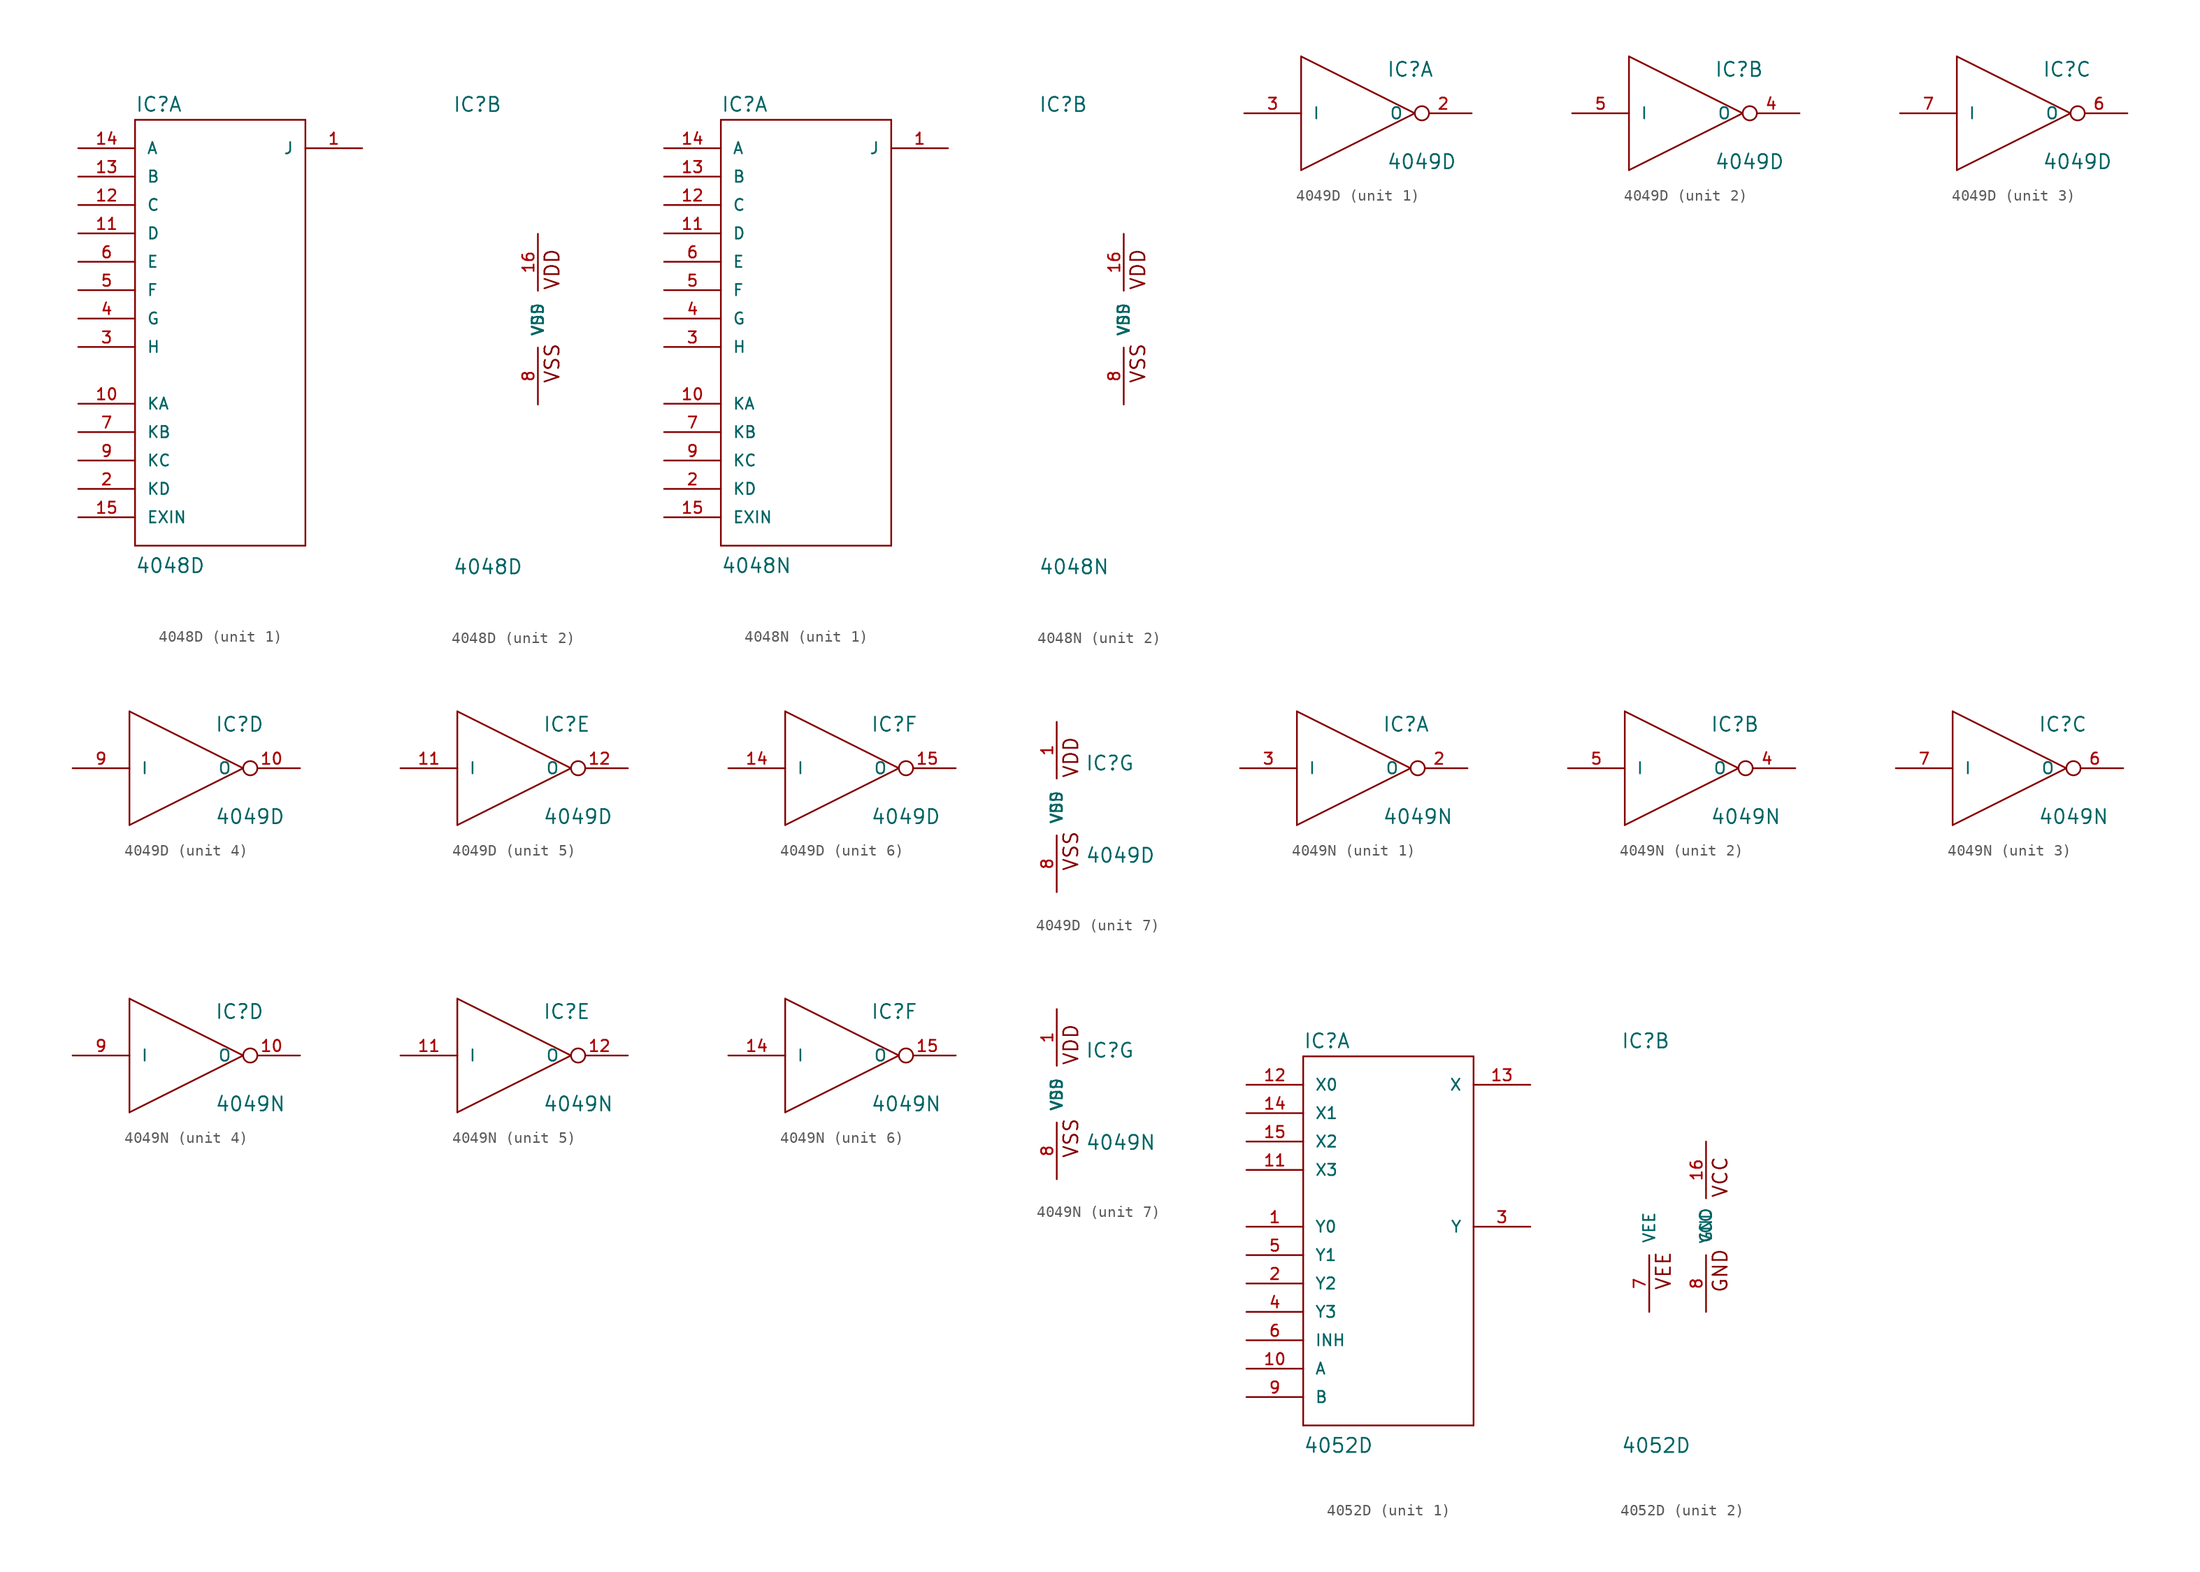
<source format=kicad_sym>
(kicad_symbol_lib
  (version 20211014)
  (generator kicad_symbol_editor)
  (symbol "4048D"
    (pin_names
      (offset 1.016))
    (property "Reference" "IC"
      (at -7.62 18.415 0)
      (effects (font (size 1.27 1.27)) (justify left bottom)))
    (property "Value" "4048D"
      (at -7.62 -22.86 0)
      (effects (font (size 1.27 1.27)) (justify left bottom)))
    (property "ki_locked" ""
      (at 0 0 0)
      (effects (font (size 1.27 1.27))))
    (symbol "4048D_1_0"
      (polyline (pts (xy -7.62 -20.32) (xy 7.62 -20.32)) (stroke (width 0) (type default) (color 0 0 0 0)) (fill (type none)))
      (polyline (pts (xy -7.62 17.78) (xy -7.62 -20.32)) (stroke (width 0) (type default) (color 0 0 0 0)) (fill (type none)))
      (polyline (pts (xy 7.62 -20.32) (xy 7.62 17.78)) (stroke (width 0) (type default) (color 0 0 0 0)) (fill (type none)))
      (polyline (pts (xy 7.62 17.78) (xy -7.62 17.78)) (stroke (width 0) (type default) (color 0 0 0 0)) (fill (type none))))
    (symbol "4048D_1_1"
      (pin output line (at 12.7 15.24 180) (length 5.08) (name "J" (effects (font (size 1.016 1.016)))) (number "1" (effects (font (size 1.016 1.016)))))
      (pin input line (at -12.7 -7.62 0) (length 5.08) (name "KA" (effects (font (size 1.016 1.016)))) (number "10" (effects (font (size 1.016 1.016)))))
      (pin input line (at -12.7 7.62 0) (length 5.08) (name "D" (effects (font (size 1.016 1.016)))) (number "11" (effects (font (size 1.016 1.016)))))
      (pin input line (at -12.7 10.16 0) (length 5.08) (name "C" (effects (font (size 1.016 1.016)))) (number "12" (effects (font (size 1.016 1.016)))))
      (pin input line (at -12.7 12.7 0) (length 5.08) (name "B" (effects (font (size 1.016 1.016)))) (number "13" (effects (font (size 1.016 1.016)))))
      (pin input line (at -12.7 15.24 0) (length 5.08) (name "A" (effects (font (size 1.016 1.016)))) (number "14" (effects (font (size 1.016 1.016)))))
      (pin input line (at -12.7 -17.78 0) (length 5.08) (name "EXIN" (effects (font (size 1.016 1.016)))) (number "15" (effects (font (size 1.016 1.016)))))
      (pin input line (at -12.7 -15.24 0) (length 5.08) (name "KD" (effects (font (size 1.016 1.016)))) (number "2" (effects (font (size 1.016 1.016)))))
      (pin input line (at -12.7 -2.54 0) (length 5.08) (name "H" (effects (font (size 1.016 1.016)))) (number "3" (effects (font (size 1.016 1.016)))))
      (pin input line (at -12.7 0 0) (length 5.08) (name "G" (effects (font (size 1.016 1.016)))) (number "4" (effects (font (size 1.016 1.016)))))
      (pin input line (at -12.7 2.54 0) (length 5.08) (name "F" (effects (font (size 1.016 1.016)))) (number "5" (effects (font (size 1.016 1.016)))))
      (pin input line (at -12.7 5.08 0) (length 5.08) (name "E" (effects (font (size 1.016 1.016)))) (number "6" (effects (font (size 1.016 1.016)))))
      (pin input line (at -12.7 -10.16 0) (length 5.08) (name "KB" (effects (font (size 1.016 1.016)))) (number "7" (effects (font (size 1.016 1.016)))))
      (pin input line (at -12.7 -12.7 0) (length 5.08) (name "KC" (effects (font (size 1.016 1.016)))) (number "9" (effects (font (size 1.016 1.016))))))
    (symbol "4048D_2_0"
      (text "VDD" (at 1.27 4.445 1) (effects (font (size 1.27 1.27))))
      (text "VSS" (at 1.27 -3.937 1) (effects (font (size 1.27 1.27)))))
    (symbol "4048D_2_1"
      (pin power_in line (at 0 7.62 270) (length 5.08) (name "VDD" (effects (font (size 1.016 1.016)))) (number "16" (effects (font (size 1.016 1.016)))))
      (pin power_in line (at 0 -7.62 90) (length 5.08) (name "VSS" (effects (font (size 1.016 1.016)))) (number "8" (effects (font (size 1.016 1.016)))))))
  (symbol "4048N"
    (pin_names
      (offset 1.016))
    (property "Reference" "IC"
      (at -7.62 18.415 0)
      (effects (font (size 1.27 1.27)) (justify left bottom)))
    (property "Value" "4048N"
      (at -7.62 -22.86 0)
      (effects (font (size 1.27 1.27)) (justify left bottom)))
    (property "ki_locked" ""
      (at 0 0 0)
      (effects (font (size 1.27 1.27))))
    (symbol "4048N_1_0"
      (polyline (pts (xy -7.62 -20.32) (xy 7.62 -20.32)) (stroke (width 0) (type default) (color 0 0 0 0)) (fill (type none)))
      (polyline (pts (xy -7.62 17.78) (xy -7.62 -20.32)) (stroke (width 0) (type default) (color 0 0 0 0)) (fill (type none)))
      (polyline (pts (xy 7.62 -20.32) (xy 7.62 17.78)) (stroke (width 0) (type default) (color 0 0 0 0)) (fill (type none)))
      (polyline (pts (xy 7.62 17.78) (xy -7.62 17.78)) (stroke (width 0) (type default) (color 0 0 0 0)) (fill (type none))))
    (symbol "4048N_1_1"
      (pin output line (at 12.7 15.24 180) (length 5.08) (name "J" (effects (font (size 1.016 1.016)))) (number "1" (effects (font (size 1.016 1.016)))))
      (pin input line (at -12.7 -7.62 0) (length 5.08) (name "KA" (effects (font (size 1.016 1.016)))) (number "10" (effects (font (size 1.016 1.016)))))
      (pin input line (at -12.7 7.62 0) (length 5.08) (name "D" (effects (font (size 1.016 1.016)))) (number "11" (effects (font (size 1.016 1.016)))))
      (pin input line (at -12.7 10.16 0) (length 5.08) (name "C" (effects (font (size 1.016 1.016)))) (number "12" (effects (font (size 1.016 1.016)))))
      (pin input line (at -12.7 12.7 0) (length 5.08) (name "B" (effects (font (size 1.016 1.016)))) (number "13" (effects (font (size 1.016 1.016)))))
      (pin input line (at -12.7 15.24 0) (length 5.08) (name "A" (effects (font (size 1.016 1.016)))) (number "14" (effects (font (size 1.016 1.016)))))
      (pin input line (at -12.7 -17.78 0) (length 5.08) (name "EXIN" (effects (font (size 1.016 1.016)))) (number "15" (effects (font (size 1.016 1.016)))))
      (pin input line (at -12.7 -15.24 0) (length 5.08) (name "KD" (effects (font (size 1.016 1.016)))) (number "2" (effects (font (size 1.016 1.016)))))
      (pin input line (at -12.7 -2.54 0) (length 5.08) (name "H" (effects (font (size 1.016 1.016)))) (number "3" (effects (font (size 1.016 1.016)))))
      (pin input line (at -12.7 0 0) (length 5.08) (name "G" (effects (font (size 1.016 1.016)))) (number "4" (effects (font (size 1.016 1.016)))))
      (pin input line (at -12.7 2.54 0) (length 5.08) (name "F" (effects (font (size 1.016 1.016)))) (number "5" (effects (font (size 1.016 1.016)))))
      (pin input line (at -12.7 5.08 0) (length 5.08) (name "E" (effects (font (size 1.016 1.016)))) (number "6" (effects (font (size 1.016 1.016)))))
      (pin input line (at -12.7 -10.16 0) (length 5.08) (name "KB" (effects (font (size 1.016 1.016)))) (number "7" (effects (font (size 1.016 1.016)))))
      (pin input line (at -12.7 -12.7 0) (length 5.08) (name "KC" (effects (font (size 1.016 1.016)))) (number "9" (effects (font (size 1.016 1.016))))))
    (symbol "4048N_2_0"
      (text "VDD" (at 1.27 4.445 1) (effects (font (size 1.27 1.27))))
      (text "VSS" (at 1.27 -3.937 1) (effects (font (size 1.27 1.27)))))
    (symbol "4048N_2_1"
      (pin power_in line (at 0 7.62 270) (length 5.08) (name "VDD" (effects (font (size 1.016 1.016)))) (number "16" (effects (font (size 1.016 1.016)))))
      (pin power_in line (at 0 -7.62 90) (length 5.08) (name "VSS" (effects (font (size 1.016 1.016)))) (number "8" (effects (font (size 1.016 1.016)))))))
  (symbol "4049D"
    (pin_names
      (offset 1.016))
    (property "Reference" "IC"
      (at 2.54 3.175 0)
      (effects (font (size 1.27 1.27)) (justify left bottom)))
    (property "Value" "4049D"
      (at 2.54 -5.08 0)
      (effects (font (size 1.27 1.27)) (justify left bottom)))
    (property "ki_locked" ""
      (at 0 0 0)
      (effects (font (size 1.27 1.27))))
    (symbol "4049D_1_0"
      (polyline (pts (xy -5.08 -5.08) (xy 5.08 0)) (stroke (width 0) (type default) (color 0 0 0 0)) (fill (type none)))
      (polyline (pts (xy -5.08 5.08) (xy -5.08 -5.08)) (stroke (width 0) (type default) (color 0 0 0 0)) (fill (type none)))
      (polyline (pts (xy 5.08 0) (xy -5.08 5.08)) (stroke (width 0) (type default) (color 0 0 0 0)) (fill (type none))))
    (symbol "4049D_1_1"
      (pin output inverted (at 10.16 0 180) (length 5.08) (name "O" (effects (font (size 1.016 1.016)))) (number "2" (effects (font (size 1.016 1.016)))))
      (pin input line (at -10.16 0 0) (length 5.08) (name "I" (effects (font (size 1.016 1.016)))) (number "3" (effects (font (size 1.016 1.016))))))
    (symbol "4049D_2_0"
      (polyline (pts (xy -5.08 -5.08) (xy 5.08 0)) (stroke (width 0) (type default) (color 0 0 0 0)) (fill (type none)))
      (polyline (pts (xy -5.08 5.08) (xy -5.08 -5.08)) (stroke (width 0) (type default) (color 0 0 0 0)) (fill (type none)))
      (polyline (pts (xy 5.08 0) (xy -5.08 5.08)) (stroke (width 0) (type default) (color 0 0 0 0)) (fill (type none))))
    (symbol "4049D_2_1"
      (pin output inverted (at 10.16 0 180) (length 5.08) (name "O" (effects (font (size 1.016 1.016)))) (number "4" (effects (font (size 1.016 1.016)))))
      (pin input line (at -10.16 0 0) (length 5.08) (name "I" (effects (font (size 1.016 1.016)))) (number "5" (effects (font (size 1.016 1.016))))))
    (symbol "4049D_3_0"
      (polyline (pts (xy -5.08 -5.08) (xy 5.08 0)) (stroke (width 0) (type default) (color 0 0 0 0)) (fill (type none)))
      (polyline (pts (xy -5.08 5.08) (xy -5.08 -5.08)) (stroke (width 0) (type default) (color 0 0 0 0)) (fill (type none)))
      (polyline (pts (xy 5.08 0) (xy -5.08 5.08)) (stroke (width 0) (type default) (color 0 0 0 0)) (fill (type none))))
    (symbol "4049D_3_1"
      (pin output inverted (at 10.16 0 180) (length 5.08) (name "O" (effects (font (size 1.016 1.016)))) (number "6" (effects (font (size 1.016 1.016)))))
      (pin input line (at -10.16 0 0) (length 5.08) (name "I" (effects (font (size 1.016 1.016)))) (number "7" (effects (font (size 1.016 1.016))))))
    (symbol "4049D_4_0"
      (polyline (pts (xy -5.08 -5.08) (xy 5.08 0)) (stroke (width 0) (type default) (color 0 0 0 0)) (fill (type none)))
      (polyline (pts (xy -5.08 5.08) (xy -5.08 -5.08)) (stroke (width 0) (type default) (color 0 0 0 0)) (fill (type none)))
      (polyline (pts (xy 5.08 0) (xy -5.08 5.08)) (stroke (width 0) (type default) (color 0 0 0 0)) (fill (type none))))
    (symbol "4049D_4_1"
      (pin output inverted (at 10.16 0 180) (length 5.08) (name "O" (effects (font (size 1.016 1.016)))) (number "10" (effects (font (size 1.016 1.016)))))
      (pin input line (at -10.16 0 0) (length 5.08) (name "I" (effects (font (size 1.016 1.016)))) (number "9" (effects (font (size 1.016 1.016))))))
    (symbol "4049D_5_0"
      (polyline (pts (xy -5.08 -5.08) (xy 5.08 0)) (stroke (width 0) (type default) (color 0 0 0 0)) (fill (type none)))
      (polyline (pts (xy -5.08 5.08) (xy -5.08 -5.08)) (stroke (width 0) (type default) (color 0 0 0 0)) (fill (type none)))
      (polyline (pts (xy 5.08 0) (xy -5.08 5.08)) (stroke (width 0) (type default) (color 0 0 0 0)) (fill (type none))))
    (symbol "4049D_5_1"
      (pin input line (at -10.16 0 0) (length 5.08) (name "I" (effects (font (size 1.016 1.016)))) (number "11" (effects (font (size 1.016 1.016)))))
      (pin output inverted (at 10.16 0 180) (length 5.08) (name "O" (effects (font (size 1.016 1.016)))) (number "12" (effects (font (size 1.016 1.016))))))
    (symbol "4049D_6_0"
      (polyline (pts (xy -5.08 -5.08) (xy 5.08 0)) (stroke (width 0) (type default) (color 0 0 0 0)) (fill (type none)))
      (polyline (pts (xy -5.08 5.08) (xy -5.08 -5.08)) (stroke (width 0) (type default) (color 0 0 0 0)) (fill (type none)))
      (polyline (pts (xy 5.08 0) (xy -5.08 5.08)) (stroke (width 0) (type default) (color 0 0 0 0)) (fill (type none))))
    (symbol "4049D_6_1"
      (pin input line (at -10.16 0 0) (length 5.08) (name "I" (effects (font (size 1.016 1.016)))) (number "14" (effects (font (size 1.016 1.016)))))
      (pin output inverted (at 10.16 0 180) (length 5.08) (name "O" (effects (font (size 1.016 1.016)))) (number "15" (effects (font (size 1.016 1.016))))))
    (symbol "4049D_7_0"
      (text "VDD" (at 1.27 4.445 1) (effects (font (size 1.27 1.27))))
      (text "VSS" (at 1.27 -3.937 1) (effects (font (size 1.27 1.27)))))
    (symbol "4049D_7_1"
      (pin power_in line (at 0 7.62 270) (length 5.08) (name "VDD" (effects (font (size 1.016 1.016)))) (number "1" (effects (font (size 1.016 1.016)))))
      (pin power_in line (at 0 -7.62 90) (length 5.08) (name "VSS" (effects (font (size 1.016 1.016)))) (number "8" (effects (font (size 1.016 1.016)))))))
  (symbol "4049N"
    (pin_names
      (offset 1.016))
    (property "Reference" "IC"
      (at 2.54 3.175 0)
      (effects (font (size 1.27 1.27)) (justify left bottom)))
    (property "Value" "4049N"
      (at 2.54 -5.08 0)
      (effects (font (size 1.27 1.27)) (justify left bottom)))
    (property "ki_locked" ""
      (at 0 0 0)
      (effects (font (size 1.27 1.27))))
    (symbol "4049N_1_0"
      (polyline (pts (xy -5.08 -5.08) (xy 5.08 0)) (stroke (width 0) (type default) (color 0 0 0 0)) (fill (type none)))
      (polyline (pts (xy -5.08 5.08) (xy -5.08 -5.08)) (stroke (width 0) (type default) (color 0 0 0 0)) (fill (type none)))
      (polyline (pts (xy 5.08 0) (xy -5.08 5.08)) (stroke (width 0) (type default) (color 0 0 0 0)) (fill (type none))))
    (symbol "4049N_1_1"
      (pin output inverted (at 10.16 0 180) (length 5.08) (name "O" (effects (font (size 1.016 1.016)))) (number "2" (effects (font (size 1.016 1.016)))))
      (pin input line (at -10.16 0 0) (length 5.08) (name "I" (effects (font (size 1.016 1.016)))) (number "3" (effects (font (size 1.016 1.016))))))
    (symbol "4049N_2_0"
      (polyline (pts (xy -5.08 -5.08) (xy 5.08 0)) (stroke (width 0) (type default) (color 0 0 0 0)) (fill (type none)))
      (polyline (pts (xy -5.08 5.08) (xy -5.08 -5.08)) (stroke (width 0) (type default) (color 0 0 0 0)) (fill (type none)))
      (polyline (pts (xy 5.08 0) (xy -5.08 5.08)) (stroke (width 0) (type default) (color 0 0 0 0)) (fill (type none))))
    (symbol "4049N_2_1"
      (pin output inverted (at 10.16 0 180) (length 5.08) (name "O" (effects (font (size 1.016 1.016)))) (number "4" (effects (font (size 1.016 1.016)))))
      (pin input line (at -10.16 0 0) (length 5.08) (name "I" (effects (font (size 1.016 1.016)))) (number "5" (effects (font (size 1.016 1.016))))))
    (symbol "4049N_3_0"
      (polyline (pts (xy -5.08 -5.08) (xy 5.08 0)) (stroke (width 0) (type default) (color 0 0 0 0)) (fill (type none)))
      (polyline (pts (xy -5.08 5.08) (xy -5.08 -5.08)) (stroke (width 0) (type default) (color 0 0 0 0)) (fill (type none)))
      (polyline (pts (xy 5.08 0) (xy -5.08 5.08)) (stroke (width 0) (type default) (color 0 0 0 0)) (fill (type none))))
    (symbol "4049N_3_1"
      (pin output inverted (at 10.16 0 180) (length 5.08) (name "O" (effects (font (size 1.016 1.016)))) (number "6" (effects (font (size 1.016 1.016)))))
      (pin input line (at -10.16 0 0) (length 5.08) (name "I" (effects (font (size 1.016 1.016)))) (number "7" (effects (font (size 1.016 1.016))))))
    (symbol "4049N_4_0"
      (polyline (pts (xy -5.08 -5.08) (xy 5.08 0)) (stroke (width 0) (type default) (color 0 0 0 0)) (fill (type none)))
      (polyline (pts (xy -5.08 5.08) (xy -5.08 -5.08)) (stroke (width 0) (type default) (color 0 0 0 0)) (fill (type none)))
      (polyline (pts (xy 5.08 0) (xy -5.08 5.08)) (stroke (width 0) (type default) (color 0 0 0 0)) (fill (type none))))
    (symbol "4049N_4_1"
      (pin output inverted (at 10.16 0 180) (length 5.08) (name "O" (effects (font (size 1.016 1.016)))) (number "10" (effects (font (size 1.016 1.016)))))
      (pin input line (at -10.16 0 0) (length 5.08) (name "I" (effects (font (size 1.016 1.016)))) (number "9" (effects (font (size 1.016 1.016))))))
    (symbol "4049N_5_0"
      (polyline (pts (xy -5.08 -5.08) (xy 5.08 0)) (stroke (width 0) (type default) (color 0 0 0 0)) (fill (type none)))
      (polyline (pts (xy -5.08 5.08) (xy -5.08 -5.08)) (stroke (width 0) (type default) (color 0 0 0 0)) (fill (type none)))
      (polyline (pts (xy 5.08 0) (xy -5.08 5.08)) (stroke (width 0) (type default) (color 0 0 0 0)) (fill (type none))))
    (symbol "4049N_5_1"
      (pin input line (at -10.16 0 0) (length 5.08) (name "I" (effects (font (size 1.016 1.016)))) (number "11" (effects (font (size 1.016 1.016)))))
      (pin output inverted (at 10.16 0 180) (length 5.08) (name "O" (effects (font (size 1.016 1.016)))) (number "12" (effects (font (size 1.016 1.016))))))
    (symbol "4049N_6_0"
      (polyline (pts (xy -5.08 -5.08) (xy 5.08 0)) (stroke (width 0) (type default) (color 0 0 0 0)) (fill (type none)))
      (polyline (pts (xy -5.08 5.08) (xy -5.08 -5.08)) (stroke (width 0) (type default) (color 0 0 0 0)) (fill (type none)))
      (polyline (pts (xy 5.08 0) (xy -5.08 5.08)) (stroke (width 0) (type default) (color 0 0 0 0)) (fill (type none))))
    (symbol "4049N_6_1"
      (pin input line (at -10.16 0 0) (length 5.08) (name "I" (effects (font (size 1.016 1.016)))) (number "14" (effects (font (size 1.016 1.016)))))
      (pin output inverted (at 10.16 0 180) (length 5.08) (name "O" (effects (font (size 1.016 1.016)))) (number "15" (effects (font (size 1.016 1.016))))))
    (symbol "4049N_7_0"
      (text "VDD" (at 1.27 4.445 1) (effects (font (size 1.27 1.27))))
      (text "VSS" (at 1.27 -3.937 1) (effects (font (size 1.27 1.27)))))
    (symbol "4049N_7_1"
      (pin power_in line (at 0 7.62 270) (length 5.08) (name "VDD" (effects (font (size 1.016 1.016)))) (number "1" (effects (font (size 1.016 1.016)))))
      (pin power_in line (at 0 -7.62 90) (length 5.08) (name "VSS" (effects (font (size 1.016 1.016)))) (number "8" (effects (font (size 1.016 1.016)))))))
  (symbol "4052D"
    (pin_names
      (offset 1.016))
    (property "Reference" "IC"
      (at -7.62 15.875 0)
      (effects (font (size 1.27 1.27)) (justify left bottom)))
    (property "Value" "4052D"
      (at -7.62 -20.32 0)
      (effects (font (size 1.27 1.27)) (justify left bottom)))
    (property "ki_locked" ""
      (at 0 0 0)
      (effects (font (size 1.27 1.27))))
    (symbol "4052D_1_0"
      (polyline (pts (xy -7.62 -17.78) (xy 7.62 -17.78)) (stroke (width 0) (type default) (color 0 0 0 0)) (fill (type none)))
      (polyline (pts (xy -7.62 15.24) (xy -7.62 -17.78)) (stroke (width 0) (type default) (color 0 0 0 0)) (fill (type none)))
      (polyline (pts (xy 7.62 -17.78) (xy 7.62 15.24)) (stroke (width 0) (type default) (color 0 0 0 0)) (fill (type none)))
      (polyline (pts (xy 7.62 15.24) (xy -7.62 15.24)) (stroke (width 0) (type default) (color 0 0 0 0)) (fill (type none))))
    (symbol "4052D_1_1"
      (pin bidirectional line (at -12.7 0 0) (length 5.08) (name "Y0" (effects (font (size 1.016 1.016)))) (number "1" (effects (font (size 1.016 1.016)))))
      (pin input line (at -12.7 -12.7 0) (length 5.08) (name "A" (effects (font (size 1.016 1.016)))) (number "10" (effects (font (size 1.016 1.016)))))
      (pin bidirectional line (at -12.7 5.08 0) (length 5.08) (name "X3" (effects (font (size 1.016 1.016)))) (number "11" (effects (font (size 1.016 1.016)))))
      (pin bidirectional line (at -12.7 12.7 0) (length 5.08) (name "X0" (effects (font (size 1.016 1.016)))) (number "12" (effects (font (size 1.016 1.016)))))
      (pin bidirectional line (at 12.7 12.7 180) (length 5.08) (name "X" (effects (font (size 1.016 1.016)))) (number "13" (effects (font (size 1.016 1.016)))))
      (pin bidirectional line (at -12.7 10.16 0) (length 5.08) (name "X1" (effects (font (size 1.016 1.016)))) (number "14" (effects (font (size 1.016 1.016)))))
      (pin bidirectional line (at -12.7 7.62 0) (length 5.08) (name "X2" (effects (font (size 1.016 1.016)))) (number "15" (effects (font (size 1.016 1.016)))))
      (pin bidirectional line (at -12.7 -5.08 0) (length 5.08) (name "Y2" (effects (font (size 1.016 1.016)))) (number "2" (effects (font (size 1.016 1.016)))))
      (pin bidirectional line (at 12.7 0 180) (length 5.08) (name "Y" (effects (font (size 1.016 1.016)))) (number "3" (effects (font (size 1.016 1.016)))))
      (pin bidirectional line (at -12.7 -7.62 0) (length 5.08) (name "Y3" (effects (font (size 1.016 1.016)))) (number "4" (effects (font (size 1.016 1.016)))))
      (pin bidirectional line (at -12.7 -2.54 0) (length 5.08) (name "Y1" (effects (font (size 1.016 1.016)))) (number "5" (effects (font (size 1.016 1.016)))))
      (pin input line (at -12.7 -10.16 0) (length 5.08) (name "INH" (effects (font (size 1.016 1.016)))) (number "6" (effects (font (size 1.016 1.016)))))
      (pin input line (at -12.7 -15.24 0) (length 5.08) (name "B" (effects (font (size 1.016 1.016)))) (number "9" (effects (font (size 1.016 1.016))))))
    (symbol "4052D_2_0"
      (text "GND" (at 1.27 -3.937 1) (effects (font (size 1.27 1.27))))
      (text "VCC" (at 1.27 4.445 1) (effects (font (size 1.27 1.27))))
      (text "VEE" (at -3.81 -3.937 1) (effects (font (size 1.27 1.27)))))
    (symbol "4052D_2_1"
      (pin power_in line (at 0 7.62 270) (length 5.08) (name "VCC" (effects (font (size 1.016 1.016)))) (number "16" (effects (font (size 1.016 1.016)))))
      (pin power_in line (at -5.08 -7.62 90) (length 5.08) (name "VEE" (effects (font (size 1.016 1.016)))) (number "7" (effects (font (size 1.016 1.016)))))
      (pin power_in line (at 0 -7.62 90) (length 5.08) (name "GND" (effects (font (size 1.016 1.016)))) (number "8" (effects (font (size 1.016 1.016))))))))
</source>
